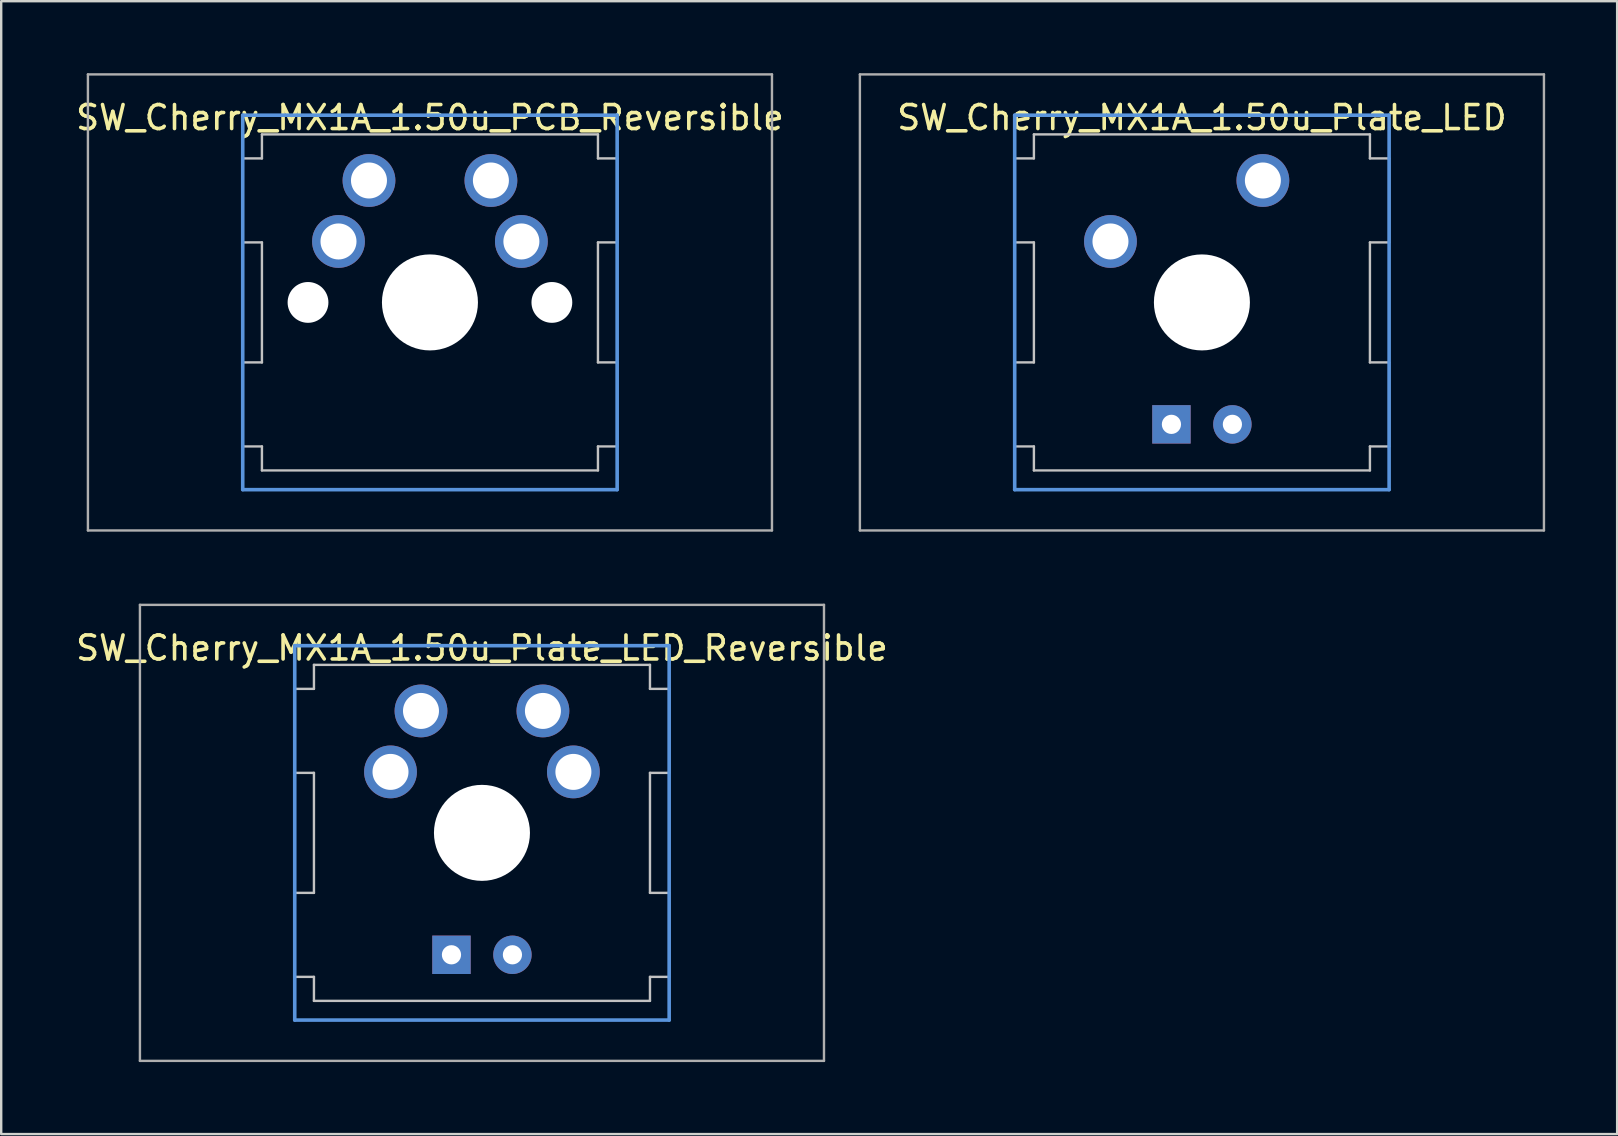
<source format=kicad_pcb>
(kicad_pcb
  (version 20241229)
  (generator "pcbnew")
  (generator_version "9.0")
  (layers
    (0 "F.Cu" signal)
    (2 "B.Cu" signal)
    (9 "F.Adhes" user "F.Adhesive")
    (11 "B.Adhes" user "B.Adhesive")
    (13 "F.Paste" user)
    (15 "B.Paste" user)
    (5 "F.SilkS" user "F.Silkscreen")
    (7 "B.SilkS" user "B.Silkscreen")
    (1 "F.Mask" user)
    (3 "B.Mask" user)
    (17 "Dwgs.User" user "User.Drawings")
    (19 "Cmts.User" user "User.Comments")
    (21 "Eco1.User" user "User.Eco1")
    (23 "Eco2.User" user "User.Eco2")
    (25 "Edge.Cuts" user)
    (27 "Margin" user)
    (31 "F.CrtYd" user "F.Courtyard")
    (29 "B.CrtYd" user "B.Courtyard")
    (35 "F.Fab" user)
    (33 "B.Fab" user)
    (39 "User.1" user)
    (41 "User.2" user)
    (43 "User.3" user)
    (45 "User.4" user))
  (footprint "SW_Cherry_MX1A_1.50u_Plate_LED_Reversible"
    (layer "F.Cu")
    (at 17.03 31.65)
    (property "Reference" "SW_Cherry_MX1A_1.50u_Plate_LED_Reversible" (at 0 -7.7 0) (layer "F.SilkS") (effects (font (size 1 1) (thickness 0.15))))
    (attr through_hole)
    (fp_line (start -7.8 -6) (end -7 -6) (stroke (width 0.1) (type solid)) (layer "Dwgs.User"))
    (fp_line (start -7.8 -2.5) (end -7.8 -6) (stroke (width 0.1) (type solid)) (layer "Dwgs.User"))
    (fp_line (start -7.8 -2.5) (end -7 -2.5) (stroke (width 0.1) (type solid)) (layer "Dwgs.User"))
    (fp_line (start -7.8 2.5) (end -7 2.5) (stroke (width 0.1) (type solid)) (layer "Dwgs.User"))
    (fp_line (start -7.8 6) (end -7.8 2.5) (stroke (width 0.1) (type solid)) (layer "Dwgs.User"))
    (fp_line (start -7.8 6) (end -7 6) (stroke (width 0.1) (type solid)) (layer "Dwgs.User"))
    (fp_line (start -7 -7) (end 7 -7) (stroke (width 0.1) (type solid)) (layer "Dwgs.User"))
    (fp_line (start -7 -6) (end -7 -7) (stroke (width 0.1) (type solid)) (layer "Dwgs.User"))
    (fp_line (start -7 -2.5) (end -7 2.5) (stroke (width 0.1) (type solid)) (layer "Dwgs.User"))
    (fp_line (start -7 7) (end -7 6) (stroke (width 0.1) (type solid)) (layer "Dwgs.User"))
    (fp_line (start -7 7) (end 7 7) (stroke (width 0.1) (type solid)) (layer "Dwgs.User"))
    (fp_line (start 7 -6) (end 7 -7) (stroke (width 0.1) (type solid)) (layer "Dwgs.User"))
    (fp_line (start 7 -6) (end 7.8 -6) (stroke (width 0.1) (type solid)) (layer "Dwgs.User"))
    (fp_line (start 7 -2.5) (end 7 2.5) (stroke (width 0.1) (type solid)) (layer "Dwgs.User"))
    (fp_line (start 7 -2.5) (end 7.8 -2.5) (stroke (width 0.1) (type solid)) (layer "Dwgs.User"))
    (fp_line (start 7 2.5) (end 7.8 2.5) (stroke (width 0.1) (type solid)) (layer "Dwgs.User"))
    (fp_line (start 7 6) (end 7.8 6) (stroke (width 0.1) (type solid)) (layer "Dwgs.User"))
    (fp_line (start 7 7) (end 7 6) (stroke (width 0.1) (type solid)) (layer "Dwgs.User"))
    (fp_line (start 7.8 -2.5) (end 7.8 -6) (stroke (width 0.1) (type solid)) (layer "Dwgs.User"))
    (fp_line (start 7.8 6) (end 7.8 2.5) (stroke (width 0.1) (type solid)) (layer "Dwgs.User"))
    (fp_line (start -7.8 -7.8) (end 7.8 -7.8) (stroke (width 0.15) (type solid)) (layer "Cmts.User"))
    (fp_line (start -7.8 7.8) (end -7.8 -7.8) (stroke (width 0.15) (type solid)) (layer "Cmts.User"))
    (fp_line (start 7.8 -7.8) (end 7.8 7.8) (stroke (width 0.15) (type solid)) (layer "Cmts.User"))
    (fp_line (start 7.8 7.8) (end -7.8 7.8) (stroke (width 0.15) (type solid)) (layer "Cmts.User"))
    (fp_line (start -14.25 -9.5) (end 14.25 -9.5) (stroke (width 0.1) (type solid)) (layer "F.Fab"))
    (fp_line (start -14.25 9.5) (end -14.25 -9.5) (stroke (width 0.1) (type solid)) (layer "F.Fab"))
    (fp_line (start 14.25 -9.5) (end 14.25 9.5) (stroke (width 0.1) (type solid)) (layer "F.Fab"))
    (fp_line (start 14.25 9.5) (end -14.25 9.5) (stroke (width 0.1) (type solid)) (layer "F.Fab"))
    (pad "" np_thru_hole circle (at 0 0) (size 4 4) (drill 4) (layers "*.Cu" "*.Mask"))
    (pad "1" thru_hole circle (at -3.81 -2.54) (size 2.2 2.2) (drill 1.5) (layers "*.Cu" "*.Mask"))
    (pad "1" thru_hole circle (at -2.54 -5.08) (size 2.2 2.2) (drill 1.5) (layers "*.Cu" "*.Mask"))
    (pad "2" thru_hole circle (at 2.54 -5.08) (size 2.2 2.2) (drill 1.5) (layers "*.Cu" "*.Mask"))
    (pad "2" thru_hole circle (at 3.81 -2.54) (size 2.2 2.2) (drill 1.5) (layers "*.Cu" "*.Mask"))
    (pad "3" thru_hole rect (at -1.27 5.08) (size 1.6 1.6) (drill 0.8) (layers "*.Cu" "*.Mask"))
    (pad "4" thru_hole circle (at 1.27 5.08) (size 1.6 1.6) (drill 0.8) (layers "*.Cu" "*.Mask")))
  (footprint "SW_Cherry_MX1A_1.50u_Plate_LED"
    (layer "F.Cu")
    (at 47.026 9.55)
    (property "Reference" "SW_Cherry_MX1A_1.50u_Plate_LED" (at 0 -7.7 0) (layer "F.SilkS") (effects (font (size 1 1) (thickness 0.15))))
    (attr through_hole)
    (fp_line (start -7.8 -6) (end -7 -6) (stroke (width 0.1) (type solid)) (layer "Dwgs.User"))
    (fp_line (start -7.8 -2.5) (end -7.8 -6) (stroke (width 0.1) (type solid)) (layer "Dwgs.User"))
    (fp_line (start -7.8 -2.5) (end -7 -2.5) (stroke (width 0.1) (type solid)) (layer "Dwgs.User"))
    (fp_line (start -7.8 2.5) (end -7 2.5) (stroke (width 0.1) (type solid)) (layer "Dwgs.User"))
    (fp_line (start -7.8 6) (end -7.8 2.5) (stroke (width 0.1) (type solid)) (layer "Dwgs.User"))
    (fp_line (start -7.8 6) (end -7 6) (stroke (width 0.1) (type solid)) (layer "Dwgs.User"))
    (fp_line (start -7 -7) (end 7 -7) (stroke (width 0.1) (type solid)) (layer "Dwgs.User"))
    (fp_line (start -7 -6) (end -7 -7) (stroke (width 0.1) (type solid)) (layer "Dwgs.User"))
    (fp_line (start -7 -2.5) (end -7 2.5) (stroke (width 0.1) (type solid)) (layer "Dwgs.User"))
    (fp_line (start -7 7) (end -7 6) (stroke (width 0.1) (type solid)) (layer "Dwgs.User"))
    (fp_line (start -7 7) (end 7 7) (stroke (width 0.1) (type solid)) (layer "Dwgs.User"))
    (fp_line (start 7 -6) (end 7 -7) (stroke (width 0.1) (type solid)) (layer "Dwgs.User"))
    (fp_line (start 7 -6) (end 7.8 -6) (stroke (width 0.1) (type solid)) (layer "Dwgs.User"))
    (fp_line (start 7 -2.5) (end 7 2.5) (stroke (width 0.1) (type solid)) (layer "Dwgs.User"))
    (fp_line (start 7 -2.5) (end 7.8 -2.5) (stroke (width 0.1) (type solid)) (layer "Dwgs.User"))
    (fp_line (start 7 2.5) (end 7.8 2.5) (stroke (width 0.1) (type solid)) (layer "Dwgs.User"))
    (fp_line (start 7 6) (end 7.8 6) (stroke (width 0.1) (type solid)) (layer "Dwgs.User"))
    (fp_line (start 7 7) (end 7 6) (stroke (width 0.1) (type solid)) (layer "Dwgs.User"))
    (fp_line (start 7.8 -2.5) (end 7.8 -6) (stroke (width 0.1) (type solid)) (layer "Dwgs.User"))
    (fp_line (start 7.8 6) (end 7.8 2.5) (stroke (width 0.1) (type solid)) (layer "Dwgs.User"))
    (fp_line (start -7.8 -7.8) (end 7.8 -7.8) (stroke (width 0.15) (type solid)) (layer "Cmts.User"))
    (fp_line (start -7.8 7.8) (end -7.8 -7.8) (stroke (width 0.15) (type solid)) (layer "Cmts.User"))
    (fp_line (start 7.8 -7.8) (end 7.8 7.8) (stroke (width 0.15) (type solid)) (layer "Cmts.User"))
    (fp_line (start 7.8 7.8) (end -7.8 7.8) (stroke (width 0.15) (type solid)) (layer "Cmts.User"))
    (fp_line (start -14.25 -9.5) (end 14.25 -9.5) (stroke (width 0.1) (type solid)) (layer "F.Fab"))
    (fp_line (start -14.25 9.5) (end -14.25 -9.5) (stroke (width 0.1) (type solid)) (layer "F.Fab"))
    (fp_line (start 14.25 -9.5) (end 14.25 9.5) (stroke (width 0.1) (type solid)) (layer "F.Fab"))
    (fp_line (start 14.25 9.5) (end -14.25 9.5) (stroke (width 0.1) (type solid)) (layer "F.Fab"))
    (pad "" np_thru_hole circle (at 0 0) (size 4 4) (drill 4) (layers "*.Cu" "*.Mask"))
    (pad "1" thru_hole circle (at -3.81 -2.54) (size 2.2 2.2) (drill 1.5) (layers "*.Cu" "*.Mask"))
    (pad "2" thru_hole rect (at -1.27 5.08) (size 1.6 1.6) (drill 0.8) (layers "*.Cu" "*.Mask"))
    (pad "3" thru_hole circle (at 1.27 5.08) (size 1.6 1.6) (drill 0.8) (layers "*.Cu" "*.Mask"))
    (pad "4" thru_hole circle (at 2.54 -5.08) (size 2.2 2.2) (drill 1.5) (layers "*.Cu" "*.Mask")))
  (footprint "SW_Cherry_MX1A_1.50u_PCB_Reversible"
    (layer "F.Cu")
    (at 14.863 9.55)
    (property "Reference" "SW_Cherry_MX1A_1.50u_PCB_Reversible" (at 0 -7.7 0) (layer "F.SilkS") (effects (font (size 1 1) (thickness 0.15))))
    (attr through_hole)
    (fp_line (start -7.8 -6) (end -7 -6) (stroke (width 0.1) (type solid)) (layer "Dwgs.User"))
    (fp_line (start -7.8 -2.5) (end -7.8 -6) (stroke (width 0.1) (type solid)) (layer "Dwgs.User"))
    (fp_line (start -7.8 -2.5) (end -7 -2.5) (stroke (width 0.1) (type solid)) (layer "Dwgs.User"))
    (fp_line (start -7.8 2.5) (end -7 2.5) (stroke (width 0.1) (type solid)) (layer "Dwgs.User"))
    (fp_line (start -7.8 6) (end -7.8 2.5) (stroke (width 0.1) (type solid)) (layer "Dwgs.User"))
    (fp_line (start -7.8 6) (end -7 6) (stroke (width 0.1) (type solid)) (layer "Dwgs.User"))
    (fp_line (start -7 -7) (end 7 -7) (stroke (width 0.1) (type solid)) (layer "Dwgs.User"))
    (fp_line (start -7 -6) (end -7 -7) (stroke (width 0.1) (type solid)) (layer "Dwgs.User"))
    (fp_line (start -7 -2.5) (end -7 2.5) (stroke (width 0.1) (type solid)) (layer "Dwgs.User"))
    (fp_line (start -7 7) (end -7 6) (stroke (width 0.1) (type solid)) (layer "Dwgs.User"))
    (fp_line (start -7 7) (end 7 7) (stroke (width 0.1) (type solid)) (layer "Dwgs.User"))
    (fp_line (start 7 -6) (end 7 -7) (stroke (width 0.1) (type solid)) (layer "Dwgs.User"))
    (fp_line (start 7 -6) (end 7.8 -6) (stroke (width 0.1) (type solid)) (layer "Dwgs.User"))
    (fp_line (start 7 -2.5) (end 7 2.5) (stroke (width 0.1) (type solid)) (layer "Dwgs.User"))
    (fp_line (start 7 -2.5) (end 7.8 -2.5) (stroke (width 0.1) (type solid)) (layer "Dwgs.User"))
    (fp_line (start 7 2.5) (end 7.8 2.5) (stroke (width 0.1) (type solid)) (layer "Dwgs.User"))
    (fp_line (start 7 6) (end 7.8 6) (stroke (width 0.1) (type solid)) (layer "Dwgs.User"))
    (fp_line (start 7 7) (end 7 6) (stroke (width 0.1) (type solid)) (layer "Dwgs.User"))
    (fp_line (start 7.8 -2.5) (end 7.8 -6) (stroke (width 0.1) (type solid)) (layer "Dwgs.User"))
    (fp_line (start 7.8 6) (end 7.8 2.5) (stroke (width 0.1) (type solid)) (layer "Dwgs.User"))
    (fp_line (start -7.8 -7.8) (end 7.8 -7.8) (stroke (width 0.15) (type solid)) (layer "Cmts.User"))
    (fp_line (start -7.8 7.8) (end -7.8 -7.8) (stroke (width 0.15) (type solid)) (layer "Cmts.User"))
    (fp_line (start 7.8 -7.8) (end 7.8 7.8) (stroke (width 0.15) (type solid)) (layer "Cmts.User"))
    (fp_line (start 7.8 7.8) (end -7.8 7.8) (stroke (width 0.15) (type solid)) (layer "Cmts.User"))
    (fp_line (start -14.25 -9.5) (end 14.25 -9.5) (stroke (width 0.1) (type solid)) (layer "F.Fab"))
    (fp_line (start -14.25 9.5) (end -14.25 -9.5) (stroke (width 0.1) (type solid)) (layer "F.Fab"))
    (fp_line (start 14.25 -9.5) (end 14.25 9.5) (stroke (width 0.1) (type solid)) (layer "F.Fab"))
    (fp_line (start 14.25 9.5) (end -14.25 9.5) (stroke (width 0.1) (type solid)) (layer "F.Fab"))
    (pad "" np_thru_hole circle (at -5.08 0) (size 1.7 1.7) (drill 1.7) (layers "*.Cu" "*.Mask"))
    (pad "" np_thru_hole circle (at 0 0) (size 4 4) (drill 4) (layers "*.Cu" "*.Mask"))
    (pad "" np_thru_hole circle (at 5.08 0) (size 1.7 1.7) (drill 1.7) (layers "*.Cu" "*.Mask"))
    (pad "1" thru_hole circle (at -3.81 -2.54) (size 2.2 2.2) (drill 1.5) (layers "*.Cu" "*.Mask"))
    (pad "1" thru_hole circle (at -2.54 -5.08) (size 2.2 2.2) (drill 1.5) (layers "*.Cu" "*.Mask"))
    (pad "2" thru_hole circle (at 2.54 -5.08) (size 2.2 2.2) (drill 1.5) (layers "*.Cu" "*.Mask"))
    (pad "2" thru_hole circle (at 3.81 -2.54) (size 2.2 2.2) (drill 1.5) (layers "*.Cu" "*.Mask")))
  (gr_rect
    (start -3 -3)
    (end 64.326 44.2)
    (stroke (width 0.1) (type default))
    (fill no)
    (layer "Edge.Cuts")))
</source>
